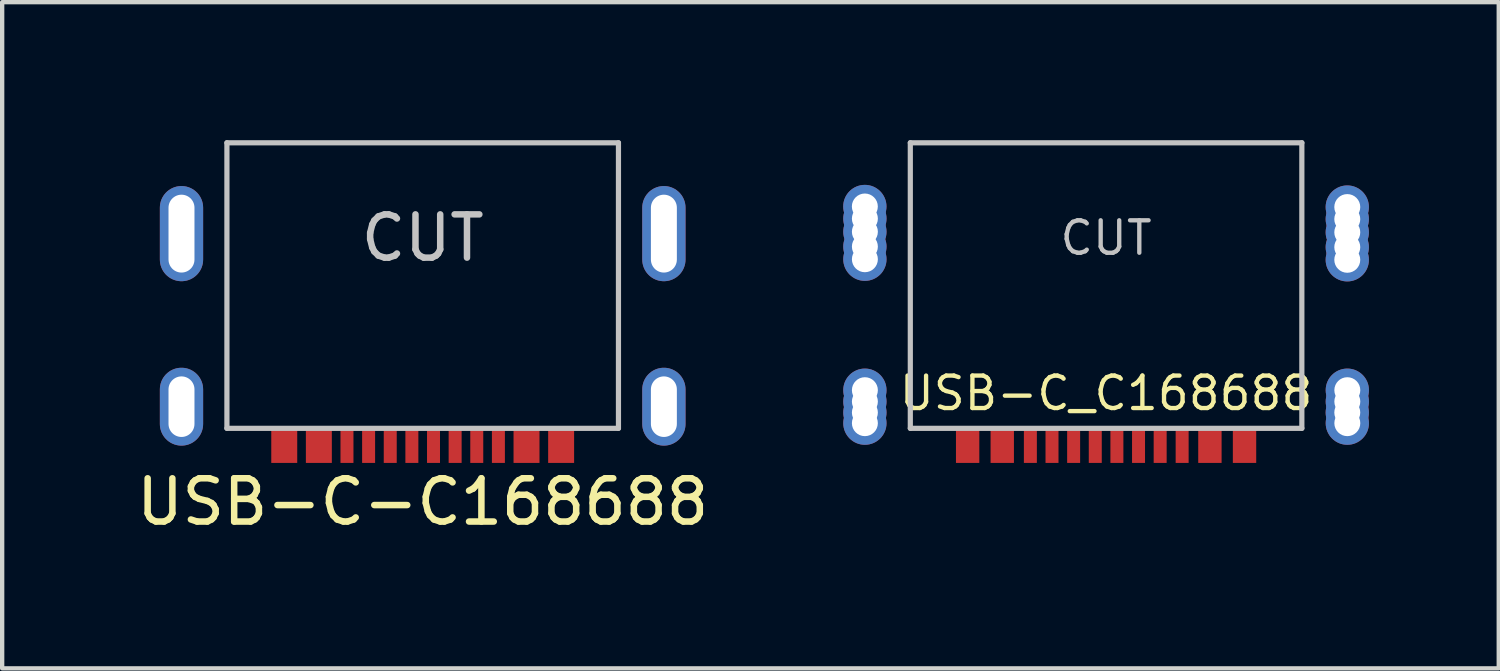
<source format=kicad_pcb>
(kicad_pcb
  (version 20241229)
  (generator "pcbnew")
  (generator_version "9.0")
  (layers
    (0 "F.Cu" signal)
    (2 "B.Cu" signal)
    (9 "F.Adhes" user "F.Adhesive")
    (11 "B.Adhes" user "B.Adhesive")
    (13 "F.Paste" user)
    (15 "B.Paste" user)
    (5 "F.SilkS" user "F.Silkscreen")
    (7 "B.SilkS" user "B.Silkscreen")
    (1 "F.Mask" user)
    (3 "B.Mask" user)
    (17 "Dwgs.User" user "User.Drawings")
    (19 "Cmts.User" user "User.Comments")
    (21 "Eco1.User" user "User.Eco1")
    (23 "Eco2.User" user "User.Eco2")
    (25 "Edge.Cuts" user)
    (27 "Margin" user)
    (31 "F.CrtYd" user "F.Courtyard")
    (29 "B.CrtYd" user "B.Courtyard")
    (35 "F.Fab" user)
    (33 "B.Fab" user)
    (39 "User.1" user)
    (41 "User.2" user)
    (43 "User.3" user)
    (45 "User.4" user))
  (footprint "USB-C_C168688"
    (layer "F.Cu")
    (at 22.516 0.25)
    (property "Reference" "USB-C_C168688" (at 0 5.789 0) (layer "F.SilkS") (effects (font (size 0.75 0.75) (thickness 0.1))))
    (attr smd)
    (fp_line (start -4.525 0) (end -4.525 6.6) (stroke (width 0.12) (type solid)) (layer "Dwgs.User"))
    (fp_line (start -4.525 0) (end 4.525 0) (stroke (width 0.12) (type solid)) (layer "Dwgs.User"))
    (fp_line (start -4.525 6.6) (end 4.525 6.6) (stroke (width 0.12) (type solid)) (layer "Dwgs.User"))
    (fp_line (start 4.525 0) (end 4.525 6.6) (stroke (width 0.12) (type solid)) (layer "Dwgs.User"))
    (fp_text user "CUT" (at 0 2.2 0) (layer "Dwgs.User") (effects (font (size 0.75 0.75) (thickness 0.1))))
    (pad "A1" smd rect (at -3.2 7) (size 0.54 0.8) (layers "F.Cu" "F.Mask" "F.Paste"))
    (pad "A1" smd rect (at 3.2 7) (size 0.54 0.8) (layers "F.Cu" "F.Mask" "F.Paste"))
    (pad "A4" smd rect (at -2.4 7) (size 0.54 0.8) (layers "F.Cu" "F.Mask" "F.Paste"))
    (pad "A4" smd rect (at 2.4 7) (size 0.54 0.8) (layers "F.Cu" "F.Mask" "F.Paste"))
    (pad "A5" smd rect (at 1.25 7) (size 0.3 0.8) (layers "F.Cu" "F.Mask" "F.Paste"))
    (pad "A6" smd rect (at 0.25 7) (size 0.3 0.8) (layers "F.Cu" "F.Mask" "F.Paste"))
    (pad "A7" smd rect (at -0.25 7) (size 0.3 0.8) (layers "F.Cu" "F.Mask" "F.Paste"))
    (pad "A8" smd rect (at -1.25 7) (size 0.3 0.8) (layers "F.Cu" "F.Mask" "F.Paste"))
    (pad "B5" smd rect (at -1.75 7) (size 0.3 0.8) (layers "F.Cu" "F.Mask" "F.Paste"))
    (pad "B6" smd rect (at -0.75 7) (size 0.3 0.8) (layers "F.Cu" "F.Mask" "F.Paste"))
    (pad "B7" smd rect (at 0.75 7) (size 0.3 0.8) (layers "F.Cu" "F.Mask" "F.Paste"))
    (pad "B8" smd rect (at 1.758 7) (size 0.3 0.8) (layers "F.Cu" "F.Mask" "F.Paste"))
    (pad "S1" thru_hole circle (at -5.576 1.473) (size 1 1) (drill 0.6) (layers "*.Cu" "*.Mask"))
    (pad "S1" thru_hole circle (at -5.575 1.753) (size 1 1) (drill 0.6) (layers "*.Cu" "*.Mask"))
    (pad "S1" thru_hole circle (at -5.575 2.057) (size 1 1) (drill 0.6) (layers "*.Cu" "*.Mask"))
    (pad "S1" thru_hole circle (at -5.575 2.4) (size 1 1) (drill 0.6) (layers "*.Cu" "*.Mask"))
    (pad "S1" thru_hole circle (at -5.575 2.692) (size 1 1) (drill 0.6) (layers "*.Cu" "*.Mask"))
    (pad "S1" thru_hole circle (at -5.575 6.236) (size 1 1) (drill 0.6) (layers "*.Cu" "*.Mask"))
    (pad "S1" thru_hole circle (at -5.575 5.719) (size 1 1) (drill 0.6) (layers "*.Cu" "*.Mask"))
    (pad "S1" thru_hole circle (at -5.575 5.982) (size 1 1) (drill 0.6) (layers "*.Cu" "*.Mask"))
    (pad "S1" thru_hole circle (at -5.575 6.481) (size 1 1) (drill 0.6) (layers "*.Cu" "*.Mask"))
    (pad "S1" thru_hole circle (at 5.575 1.486) (size 1 1) (drill 0.6) (layers "*.Cu" "*.Mask"))
    (pad "S1" thru_hole circle (at 5.575 1.765) (size 1 1) (drill 0.6) (layers "*.Cu" "*.Mask"))
    (pad "S1" thru_hole circle (at 5.575 2.07) (size 1 1) (drill 0.6) (layers "*.Cu" "*.Mask"))
    (pad "S1" thru_hole circle (at 5.575 2.413) (size 1 1) (drill 0.6) (layers "*.Cu" "*.Mask"))
    (pad "S1" thru_hole circle (at 5.575 2.705) (size 1 1) (drill 0.6) (layers "*.Cu" "*.Mask"))
    (pad "S1" thru_hole circle (at 5.575 6.236) (size 1 1) (drill 0.6) (layers "*.Cu" "*.Mask"))
    (pad "S1" thru_hole circle (at 5.576 5.719) (size 1 1) (drill 0.6) (layers "*.Cu" "*.Mask"))
    (pad "S1" thru_hole circle (at 5.576 5.982) (size 1 1) (drill 0.6) (layers "*.Cu" "*.Mask"))
    (pad "S1" thru_hole circle (at 5.576 6.481) (size 1 1) (drill 0.6) (layers "*.Cu" "*.Mask")))
  (footprint "USB-C-C168688"
    (layer "F.Cu")
    (at 6.72 0.25)
    (property "Reference" "USB-C-C168688" (at 0 8.3 0) (layer "F.SilkS") (effects (font (size 1 1) (thickness 0.15))))
    (attr through_hole)
    (fp_line (start -4.525 0) (end -4.525 6.6) (stroke (width 0.12) (type solid)) (layer "Dwgs.User"))
    (fp_line (start -4.525 0) (end 4.525 0) (stroke (width 0.12) (type solid)) (layer "Dwgs.User"))
    (fp_line (start -4.525 6.6) (end 4.525 6.6) (stroke (width 0.12) (type solid)) (layer "Dwgs.User"))
    (fp_line (start 4.525 0) (end 4.525 6.6) (stroke (width 0.12) (type solid)) (layer "Dwgs.User"))
    (fp_text user "CUT" (at 0 2.2 0) (layer "Dwgs.User") (effects (font (size 1 1) (thickness 0.15))))
    (pad "A1" smd rect (at -3.2 7) (size 0.6 0.8) (layers "F.Cu" "F.Mask" "F.Paste"))
    (pad "A1" smd rect (at 3.2 7) (size 0.6 0.8) (layers "F.Cu" "F.Mask" "F.Paste"))
    (pad "A4" smd rect (at -2.4 7) (size 0.6 0.8) (layers "F.Cu" "F.Mask" "F.Paste"))
    (pad "A4" smd rect (at 2.4 7) (size 0.6 0.8) (layers "F.Cu" "F.Mask" "F.Paste"))
    (pad "A5" smd rect (at 1.25 7) (size 0.3 0.8) (layers "F.Cu" "F.Mask" "F.Paste"))
    (pad "A6" smd rect (at 0.25 7) (size 0.3 0.8) (layers "F.Cu" "F.Mask" "F.Paste"))
    (pad "A7" smd rect (at -0.25 7) (size 0.3 0.8) (layers "F.Cu" "F.Mask" "F.Paste"))
    (pad "A8" smd rect (at -1.25 7) (size 0.3 0.8) (layers "F.Cu" "F.Mask" "F.Paste"))
    (pad "B5" smd rect (at -1.75 7) (size 0.3 0.8) (layers "F.Cu" "F.Mask" "F.Paste"))
    (pad "B6" smd rect (at -0.75 7) (size 0.3 0.8) (layers "F.Cu" "F.Mask" "F.Paste"))
    (pad "B7" smd rect (at 0.75 7) (size 0.3 0.8) (layers "F.Cu" "F.Mask" "F.Paste"))
    (pad "B8" smd rect (at 1.75 7) (size 0.3 0.8) (layers "F.Cu" "F.Mask" "F.Paste"))
    (pad "S1" thru_hole oval (at -5.575 2.1) (size 1 2.2) (drill oval 0.6 1.8) (layers "*.Cu" "*.Mask"))
    (pad "S1" thru_hole oval (at -5.575 6.1) (size 1 1.8) (drill oval 0.6 1.4) (layers "*.Cu" "*.Mask"))
    (pad "S1" thru_hole oval (at 5.575 2.1) (size 1 2.2) (drill oval 0.6 1.8) (layers "*.Cu" "*.Mask"))
    (pad "S1" thru_hole oval (at 5.575 6.1) (size 1 1.8) (drill oval 0.6 1.4) (layers "*.Cu" "*.Mask")))
  (gr_rect
    (start -3 -3)
    (end 31.592 12.398)
    (stroke (width 0.1) (type default))
    (fill no)
    (layer "Edge.Cuts")))
</source>
